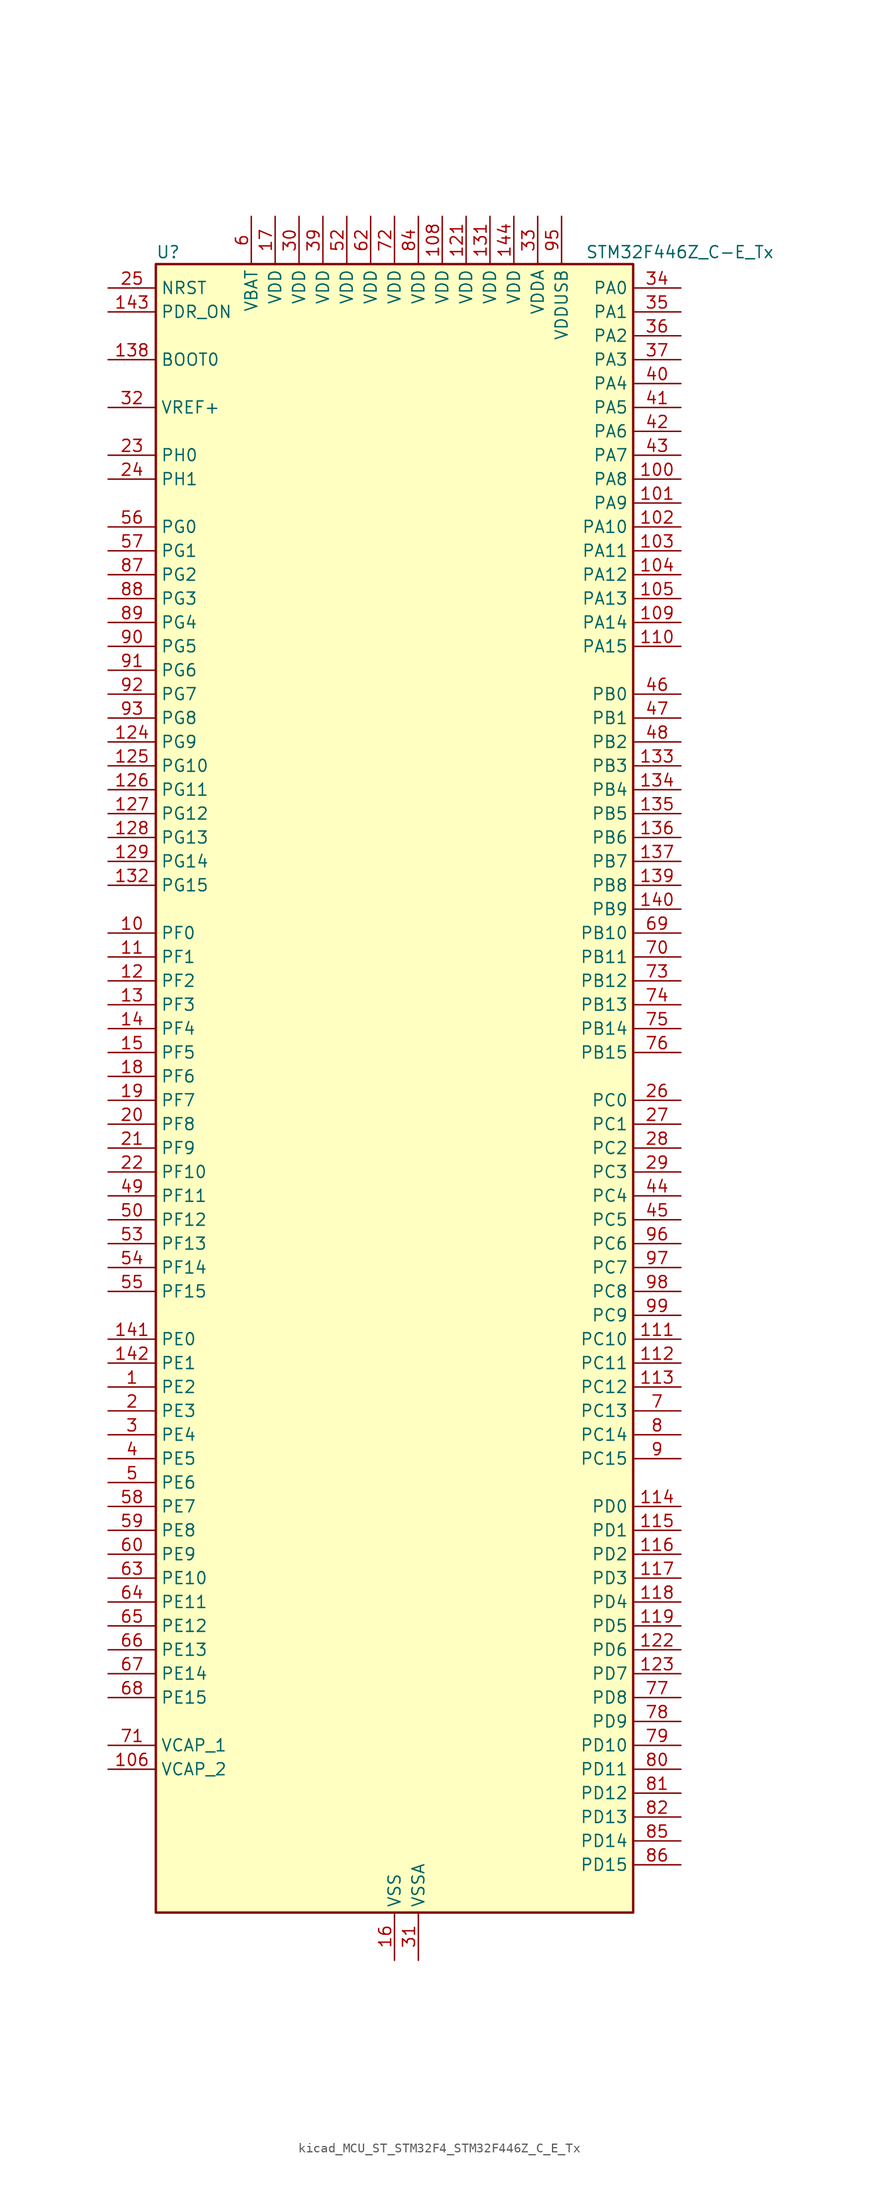
<source format=kicad_sym>
(kicad_symbol_lib
  (version 20220914)
  (generator kicad_symbol_editor)
  (symbol "kicad_MCU_ST_STM32F4_STM32F446Z_C_E_Tx"
    (property "Reference" "U"
      (at -25.4 90.17 0)
      (effects (font (size 1.27 1.27)) (justify left)))
    (property "Value" "STM32F446Z_C-E_Tx"
      (at 20.32 90.17 0)
      (effects (font (size 1.27 1.27)) (justify left)))
    (property "ki_locked" ""
      (at 0 0 0)
      (effects (font (size 1.27 1.27))))
    (symbol "kicad_MCU_ST_STM32F4_STM32F446Z_C_E_Tx_0_1"
      (rectangle (start -25.4 -86.36) (end 25.4 88.9) (stroke (width 0.254) (type default)) (fill (type background))))
    (symbol "kicad_MCU_ST_STM32F4_STM32F446Z_C_E_Tx_1_1"
      (pin bidirectional line (at -30.48 -30.48 0) (length 5.08) (name "PE2" (effects (font (size 1.27 1.27)))) (number "1" (effects (font (size 1.27 1.27)))) (alternate "FMC_A23" bidirectional line) (alternate "QUADSPI_BK1_IO2" bidirectional line) (alternate "SAI1_MCLK_A" bidirectional line) (alternate "SPI4_SCK" bidirectional line) (alternate "SYS_TRACECLK" bidirectional line))
      (pin bidirectional line (at -30.48 17.78 0) (length 5.08) (name "PF0" (effects (font (size 1.27 1.27)))) (number "10" (effects (font (size 1.27 1.27)))) (alternate "FMC_A0" bidirectional line) (alternate "I2C2_SDA" bidirectional line))
      (pin bidirectional line (at 30.48 66.04 180) (length 5.08) (name "PA8" (effects (font (size 1.27 1.27)))) (number "100" (effects (font (size 1.27 1.27)))) (alternate "I2C3_SCL" bidirectional line) (alternate "RCC_MCO_1" bidirectional line) (alternate "TIM1_CH1" bidirectional line) (alternate "USART1_CK" bidirectional line) (alternate "USB_OTG_FS_SOF" bidirectional line))
      (pin bidirectional line (at 30.48 63.5 180) (length 5.08) (name "PA9" (effects (font (size 1.27 1.27)))) (number "101" (effects (font (size 1.27 1.27)))) (alternate "DAC_EXTI9" bidirectional line) (alternate "DCMI_D0" bidirectional line) (alternate "I2C3_SMBA" bidirectional line) (alternate "I2S2_CK" bidirectional line) (alternate "SAI1_SD_B" bidirectional line) (alternate "SPI2_SCK" bidirectional line) (alternate "TIM1_CH2" bidirectional line) (alternate "USART1_TX" bidirectional line) (alternate "USB_OTG_FS_VBUS" bidirectional line))
      (pin bidirectional line (at 30.48 60.96 180) (length 5.08) (name "PA10" (effects (font (size 1.27 1.27)))) (number "102" (effects (font (size 1.27 1.27)))) (alternate "DCMI_D1" bidirectional line) (alternate "TIM1_CH3" bidirectional line) (alternate "USART1_RX" bidirectional line) (alternate "USB_OTG_FS_ID" bidirectional line))
      (pin bidirectional line (at 30.48 58.42 180) (length 5.08) (name "PA11" (effects (font (size 1.27 1.27)))) (number "103" (effects (font (size 1.27 1.27)))) (alternate "ADC1_EXTI11" bidirectional line) (alternate "ADC2_EXTI11" bidirectional line) (alternate "ADC3_EXTI11" bidirectional line) (alternate "CAN1_RX" bidirectional line) (alternate "TIM1_CH4" bidirectional line) (alternate "USART1_CTS" bidirectional line) (alternate "USB_OTG_FS_DM" bidirectional line))
      (pin bidirectional line (at 30.48 55.88 180) (length 5.08) (name "PA12" (effects (font (size 1.27 1.27)))) (number "104" (effects (font (size 1.27 1.27)))) (alternate "CAN1_TX" bidirectional line) (alternate "SAI2_FS_B" bidirectional line) (alternate "TIM1_ETR" bidirectional line) (alternate "USART1_RTS" bidirectional line) (alternate "USB_OTG_FS_DP" bidirectional line))
      (pin bidirectional line (at 30.48 53.34 180) (length 5.08) (name "PA13" (effects (font (size 1.27 1.27)))) (number "105" (effects (font (size 1.27 1.27)))) (alternate "SYS_JTMS-SWDIO" bidirectional line))
      (pin power_out line (at -30.48 -71.12 0) (length 5.08) (name "VCAP_2" (effects (font (size 1.27 1.27)))) (number "106" (effects (font (size 1.27 1.27)))))
      (pin passive line (at 0 -91.44 90) (length 5.08) hide (name "VSS" (effects (font (size 1.27 1.27)))) (number "107" (effects (font (size 1.27 1.27)))))
      (pin power_in line (at 5.08 93.98 270) (length 5.08) (name "VDD" (effects (font (size 1.27 1.27)))) (number "108" (effects (font (size 1.27 1.27)))))
      (pin bidirectional line (at 30.48 50.8 180) (length 5.08) (name "PA14" (effects (font (size 1.27 1.27)))) (number "109" (effects (font (size 1.27 1.27)))) (alternate "SYS_JTCK-SWCLK" bidirectional line))
      (pin bidirectional line (at -30.48 15.24 0) (length 5.08) (name "PF1" (effects (font (size 1.27 1.27)))) (number "11" (effects (font (size 1.27 1.27)))) (alternate "FMC_A1" bidirectional line) (alternate "I2C2_SCL" bidirectional line))
      (pin bidirectional line (at 30.48 48.26 180) (length 5.08) (name "PA15" (effects (font (size 1.27 1.27)))) (number "110" (effects (font (size 1.27 1.27)))) (alternate "ADC1_EXTI15" bidirectional line) (alternate "ADC2_EXTI15" bidirectional line) (alternate "ADC3_EXTI15" bidirectional line) (alternate "CEC" bidirectional line) (alternate "I2S1_WS" bidirectional line) (alternate "I2S3_WS" bidirectional line) (alternate "SPI1_NSS" bidirectional line) (alternate "SPI3_NSS" bidirectional line) (alternate "SYS_JTDI" bidirectional line) (alternate "TIM2_CH1" bidirectional line) (alternate "TIM2_ETR" bidirectional line) (alternate "UART4_RTS" bidirectional line))
      (pin bidirectional line (at 30.48 -25.4 180) (length 5.08) (name "PC10" (effects (font (size 1.27 1.27)))) (number "111" (effects (font (size 1.27 1.27)))) (alternate "DCMI_D8" bidirectional line) (alternate "I2S3_CK" bidirectional line) (alternate "QUADSPI_BK1_IO1" bidirectional line) (alternate "SDIO_D2" bidirectional line) (alternate "SPI3_SCK" bidirectional line) (alternate "UART4_TX" bidirectional line) (alternate "USART3_TX" bidirectional line))
      (pin bidirectional line (at 30.48 -27.94 180) (length 5.08) (name "PC11" (effects (font (size 1.27 1.27)))) (number "112" (effects (font (size 1.27 1.27)))) (alternate "ADC1_EXTI11" bidirectional line) (alternate "ADC2_EXTI11" bidirectional line) (alternate "ADC3_EXTI11" bidirectional line) (alternate "DCMI_D4" bidirectional line) (alternate "QUADSPI_BK2_NCS" bidirectional line) (alternate "SDIO_D3" bidirectional line) (alternate "SPI3_MISO" bidirectional line) (alternate "UART4_RX" bidirectional line) (alternate "USART3_RX" bidirectional line))
      (pin bidirectional line (at 30.48 -30.48 180) (length 5.08) (name "PC12" (effects (font (size 1.27 1.27)))) (number "113" (effects (font (size 1.27 1.27)))) (alternate "DCMI_D9" bidirectional line) (alternate "I2C2_SDA" bidirectional line) (alternate "I2S3_SD" bidirectional line) (alternate "SDIO_CK" bidirectional line) (alternate "SPI3_MOSI" bidirectional line) (alternate "UART5_TX" bidirectional line) (alternate "USART3_CK" bidirectional line))
      (pin bidirectional line (at 30.48 -43.18 180) (length 5.08) (name "PD0" (effects (font (size 1.27 1.27)))) (number "114" (effects (font (size 1.27 1.27)))) (alternate "CAN1_RX" bidirectional line) (alternate "FMC_D2" bidirectional line) (alternate "FMC_DA2" bidirectional line) (alternate "I2S3_SD" bidirectional line) (alternate "SPI3_MOSI" bidirectional line) (alternate "SPI4_MISO" bidirectional line))
      (pin bidirectional line (at 30.48 -45.72 180) (length 5.08) (name "PD1" (effects (font (size 1.27 1.27)))) (number "115" (effects (font (size 1.27 1.27)))) (alternate "CAN1_TX" bidirectional line) (alternate "FMC_D3" bidirectional line) (alternate "FMC_DA3" bidirectional line) (alternate "I2S2_WS" bidirectional line) (alternate "SPI2_NSS" bidirectional line))
      (pin bidirectional line (at 30.48 -48.26 180) (length 5.08) (name "PD2" (effects (font (size 1.27 1.27)))) (number "116" (effects (font (size 1.27 1.27)))) (alternate "DCMI_D11" bidirectional line) (alternate "SDIO_CMD" bidirectional line) (alternate "TIM3_ETR" bidirectional line) (alternate "UART5_RX" bidirectional line))
      (pin bidirectional line (at 30.48 -50.8 180) (length 5.08) (name "PD3" (effects (font (size 1.27 1.27)))) (number "117" (effects (font (size 1.27 1.27)))) (alternate "DCMI_D5" bidirectional line) (alternate "FMC_CLK" bidirectional line) (alternate "I2S2_CK" bidirectional line) (alternate "QUADSPI_CLK" bidirectional line) (alternate "SPI2_SCK" bidirectional line) (alternate "SYS_TRACED1" bidirectional line) (alternate "USART2_CTS" bidirectional line))
      (pin bidirectional line (at 30.48 -53.34 180) (length 5.08) (name "PD4" (effects (font (size 1.27 1.27)))) (number "118" (effects (font (size 1.27 1.27)))) (alternate "FMC_NOE" bidirectional line) (alternate "USART2_RTS" bidirectional line))
      (pin bidirectional line (at 30.48 -55.88 180) (length 5.08) (name "PD5" (effects (font (size 1.27 1.27)))) (number "119" (effects (font (size 1.27 1.27)))) (alternate "FMC_NWE" bidirectional line) (alternate "USART2_TX" bidirectional line))
      (pin bidirectional line (at -30.48 12.7 0) (length 5.08) (name "PF2" (effects (font (size 1.27 1.27)))) (number "12" (effects (font (size 1.27 1.27)))) (alternate "FMC_A2" bidirectional line) (alternate "I2C2_SMBA" bidirectional line))
      (pin passive line (at 0 -91.44 90) (length 5.08) hide (name "VSS" (effects (font (size 1.27 1.27)))) (number "120" (effects (font (size 1.27 1.27)))))
      (pin power_in line (at 7.62 93.98 270) (length 5.08) (name "VDD" (effects (font (size 1.27 1.27)))) (number "121" (effects (font (size 1.27 1.27)))))
      (pin bidirectional line (at 30.48 -58.42 180) (length 5.08) (name "PD6" (effects (font (size 1.27 1.27)))) (number "122" (effects (font (size 1.27 1.27)))) (alternate "DCMI_D10" bidirectional line) (alternate "FMC_NWAIT" bidirectional line) (alternate "I2S3_SD" bidirectional line) (alternate "SAI1_SD_A" bidirectional line) (alternate "SPI3_MOSI" bidirectional line) (alternate "USART2_RX" bidirectional line))
      (pin bidirectional line (at 30.48 -60.96 180) (length 5.08) (name "PD7" (effects (font (size 1.27 1.27)))) (number "123" (effects (font (size 1.27 1.27)))) (alternate "FMC_NE1" bidirectional line) (alternate "SPDIFRX_IN0" bidirectional line) (alternate "USART2_CK" bidirectional line))
      (pin bidirectional line (at -30.48 38.1 0) (length 5.08) (name "PG9" (effects (font (size 1.27 1.27)))) (number "124" (effects (font (size 1.27 1.27)))) (alternate "DAC_EXTI9" bidirectional line) (alternate "DCMI_VSYNC" bidirectional line) (alternate "FMC_NCE3" bidirectional line) (alternate "FMC_NE2" bidirectional line) (alternate "QUADSPI_BK2_IO2" bidirectional line) (alternate "SAI2_FS_B" bidirectional line) (alternate "SPDIFRX_IN3" bidirectional line) (alternate "USART6_RX" bidirectional line))
      (pin bidirectional line (at -30.48 35.56 0) (length 5.08) (name "PG10" (effects (font (size 1.27 1.27)))) (number "125" (effects (font (size 1.27 1.27)))) (alternate "DCMI_D2" bidirectional line) (alternate "FMC_NE3" bidirectional line) (alternate "SAI2_SD_B" bidirectional line))
      (pin bidirectional line (at -30.48 33.02 0) (length 5.08) (name "PG11" (effects (font (size 1.27 1.27)))) (number "126" (effects (font (size 1.27 1.27)))) (alternate "ADC1_EXTI11" bidirectional line) (alternate "ADC2_EXTI11" bidirectional line) (alternate "ADC3_EXTI11" bidirectional line) (alternate "DCMI_D3" bidirectional line) (alternate "SPDIFRX_IN0" bidirectional line) (alternate "SPI4_SCK" bidirectional line))
      (pin bidirectional line (at -30.48 30.48 0) (length 5.08) (name "PG12" (effects (font (size 1.27 1.27)))) (number "127" (effects (font (size 1.27 1.27)))) (alternate "FMC_NE4" bidirectional line) (alternate "SPDIFRX_IN1" bidirectional line) (alternate "SPI4_MISO" bidirectional line) (alternate "USART6_RTS" bidirectional line))
      (pin bidirectional line (at -30.48 27.94 0) (length 5.08) (name "PG13" (effects (font (size 1.27 1.27)))) (number "128" (effects (font (size 1.27 1.27)))) (alternate "FMC_A24" bidirectional line) (alternate "SPI4_MOSI" bidirectional line) (alternate "SYS_TRACED2" bidirectional line) (alternate "USART6_CTS" bidirectional line))
      (pin bidirectional line (at -30.48 25.4 0) (length 5.08) (name "PG14" (effects (font (size 1.27 1.27)))) (number "129" (effects (font (size 1.27 1.27)))) (alternate "FMC_A25" bidirectional line) (alternate "QUADSPI_BK2_IO3" bidirectional line) (alternate "SPI4_NSS" bidirectional line) (alternate "SYS_TRACED3" bidirectional line) (alternate "USART6_TX" bidirectional line))
      (pin bidirectional line (at -30.48 10.16 0) (length 5.08) (name "PF3" (effects (font (size 1.27 1.27)))) (number "13" (effects (font (size 1.27 1.27)))) (alternate "ADC3_IN9" bidirectional line) (alternate "FMC_A3" bidirectional line))
      (pin passive line (at 0 -91.44 90) (length 5.08) hide (name "VSS" (effects (font (size 1.27 1.27)))) (number "130" (effects (font (size 1.27 1.27)))))
      (pin power_in line (at 10.16 93.98 270) (length 5.08) (name "VDD" (effects (font (size 1.27 1.27)))) (number "131" (effects (font (size 1.27 1.27)))))
      (pin bidirectional line (at -30.48 22.86 0) (length 5.08) (name "PG15" (effects (font (size 1.27 1.27)))) (number "132" (effects (font (size 1.27 1.27)))) (alternate "ADC1_EXTI15" bidirectional line) (alternate "ADC2_EXTI15" bidirectional line) (alternate "ADC3_EXTI15" bidirectional line) (alternate "DCMI_D13" bidirectional line) (alternate "FMC_SDNCAS" bidirectional line) (alternate "USART6_CTS" bidirectional line))
      (pin bidirectional line (at 30.48 35.56 180) (length 5.08) (name "PB3" (effects (font (size 1.27 1.27)))) (number "133" (effects (font (size 1.27 1.27)))) (alternate "I2C2_SDA" bidirectional line) (alternate "I2S1_CK" bidirectional line) (alternate "I2S3_CK" bidirectional line) (alternate "SPI1_SCK" bidirectional line) (alternate "SPI3_SCK" bidirectional line) (alternate "SYS_JTDO-SWO" bidirectional line) (alternate "TIM2_CH2" bidirectional line))
      (pin bidirectional line (at 30.48 33.02 180) (length 5.08) (name "PB4" (effects (font (size 1.27 1.27)))) (number "134" (effects (font (size 1.27 1.27)))) (alternate "I2C3_SDA" bidirectional line) (alternate "I2S2_WS" bidirectional line) (alternate "SPI1_MISO" bidirectional line) (alternate "SPI2_NSS" bidirectional line) (alternate "SPI3_MISO" bidirectional line) (alternate "SYS_JTRST" bidirectional line) (alternate "TIM3_CH1" bidirectional line))
      (pin bidirectional line (at 30.48 30.48 180) (length 5.08) (name "PB5" (effects (font (size 1.27 1.27)))) (number "135" (effects (font (size 1.27 1.27)))) (alternate "CAN2_RX" bidirectional line) (alternate "DCMI_D10" bidirectional line) (alternate "FMC_SDCKE1" bidirectional line) (alternate "I2C1_SMBA" bidirectional line) (alternate "I2S1_SD" bidirectional line) (alternate "I2S3_SD" bidirectional line) (alternate "SPI1_MOSI" bidirectional line) (alternate "SPI3_MOSI" bidirectional line) (alternate "TIM3_CH2" bidirectional line) (alternate "USB_OTG_HS_ULPI_D7" bidirectional line))
      (pin bidirectional line (at 30.48 27.94 180) (length 5.08) (name "PB6" (effects (font (size 1.27 1.27)))) (number "136" (effects (font (size 1.27 1.27)))) (alternate "CAN2_TX" bidirectional line) (alternate "CEC" bidirectional line) (alternate "DCMI_D5" bidirectional line) (alternate "FMC_SDNE1" bidirectional line) (alternate "I2C1_SCL" bidirectional line) (alternate "QUADSPI_BK1_NCS" bidirectional line) (alternate "TIM4_CH1" bidirectional line) (alternate "USART1_TX" bidirectional line))
      (pin bidirectional line (at 30.48 25.4 180) (length 5.08) (name "PB7" (effects (font (size 1.27 1.27)))) (number "137" (effects (font (size 1.27 1.27)))) (alternate "DCMI_VSYNC" bidirectional line) (alternate "FMC_NL" bidirectional line) (alternate "I2C1_SDA" bidirectional line) (alternate "SPDIFRX_IN0" bidirectional line) (alternate "TIM4_CH2" bidirectional line) (alternate "USART1_RX" bidirectional line))
      (pin input line (at -30.48 78.74 0) (length 5.08) (name "BOOT0" (effects (font (size 1.27 1.27)))) (number "138" (effects (font (size 1.27 1.27)))))
      (pin bidirectional line (at 30.48 22.86 180) (length 5.08) (name "PB8" (effects (font (size 1.27 1.27)))) (number "139" (effects (font (size 1.27 1.27)))) (alternate "CAN1_RX" bidirectional line) (alternate "DCMI_D6" bidirectional line) (alternate "I2C1_SCL" bidirectional line) (alternate "SDIO_D4" bidirectional line) (alternate "TIM10_CH1" bidirectional line) (alternate "TIM2_CH1" bidirectional line) (alternate "TIM2_ETR" bidirectional line) (alternate "TIM4_CH3" bidirectional line))
      (pin bidirectional line (at -30.48 7.62 0) (length 5.08) (name "PF4" (effects (font (size 1.27 1.27)))) (number "14" (effects (font (size 1.27 1.27)))) (alternate "ADC3_IN14" bidirectional line) (alternate "FMC_A4" bidirectional line))
      (pin bidirectional line (at 30.48 20.32 180) (length 5.08) (name "PB9" (effects (font (size 1.27 1.27)))) (number "140" (effects (font (size 1.27 1.27)))) (alternate "CAN1_TX" bidirectional line) (alternate "DAC_EXTI9" bidirectional line) (alternate "DCMI_D7" bidirectional line) (alternate "I2C1_SDA" bidirectional line) (alternate "I2S2_WS" bidirectional line) (alternate "SAI1_FS_B" bidirectional line) (alternate "SDIO_D5" bidirectional line) (alternate "SPI2_NSS" bidirectional line) (alternate "TIM11_CH1" bidirectional line) (alternate "TIM2_CH2" bidirectional line) (alternate "TIM4_CH4" bidirectional line))
      (pin bidirectional line (at -30.48 -25.4 0) (length 5.08) (name "PE0" (effects (font (size 1.27 1.27)))) (number "141" (effects (font (size 1.27 1.27)))) (alternate "DCMI_D2" bidirectional line) (alternate "FMC_NBL0" bidirectional line) (alternate "SAI2_MCLK_A" bidirectional line) (alternate "TIM4_ETR" bidirectional line))
      (pin bidirectional line (at -30.48 -27.94 0) (length 5.08) (name "PE1" (effects (font (size 1.27 1.27)))) (number "142" (effects (font (size 1.27 1.27)))) (alternate "DCMI_D3" bidirectional line) (alternate "FMC_NBL1" bidirectional line))
      (pin input line (at -30.48 83.82 0) (length 5.08) (name "PDR_ON" (effects (font (size 1.27 1.27)))) (number "143" (effects (font (size 1.27 1.27)))))
      (pin power_in line (at 12.7 93.98 270) (length 5.08) (name "VDD" (effects (font (size 1.27 1.27)))) (number "144" (effects (font (size 1.27 1.27)))))
      (pin bidirectional line (at -30.48 5.08 0) (length 5.08) (name "PF5" (effects (font (size 1.27 1.27)))) (number "15" (effects (font (size 1.27 1.27)))) (alternate "ADC3_IN15" bidirectional line) (alternate "FMC_A5" bidirectional line))
      (pin power_in line (at 0 -91.44 90) (length 5.08) (name "VSS" (effects (font (size 1.27 1.27)))) (number "16" (effects (font (size 1.27 1.27)))))
      (pin power_in line (at -12.7 93.98 270) (length 5.08) (name "VDD" (effects (font (size 1.27 1.27)))) (number "17" (effects (font (size 1.27 1.27)))))
      (pin bidirectional line (at -30.48 2.54 0) (length 5.08) (name "PF6" (effects (font (size 1.27 1.27)))) (number "18" (effects (font (size 1.27 1.27)))) (alternate "ADC3_IN4" bidirectional line) (alternate "QUADSPI_BK1_IO3" bidirectional line) (alternate "SAI1_SD_B" bidirectional line) (alternate "TIM10_CH1" bidirectional line))
      (pin bidirectional line (at -30.48 0 0) (length 5.08) (name "PF7" (effects (font (size 1.27 1.27)))) (number "19" (effects (font (size 1.27 1.27)))) (alternate "ADC3_IN5" bidirectional line) (alternate "QUADSPI_BK1_IO2" bidirectional line) (alternate "SAI1_MCLK_B" bidirectional line) (alternate "TIM11_CH1" bidirectional line))
      (pin bidirectional line (at -30.48 -33.02 0) (length 5.08) (name "PE3" (effects (font (size 1.27 1.27)))) (number "2" (effects (font (size 1.27 1.27)))) (alternate "FMC_A19" bidirectional line) (alternate "SAI1_SD_B" bidirectional line) (alternate "SYS_TRACED0" bidirectional line))
      (pin bidirectional line (at -30.48 -2.54 0) (length 5.08) (name "PF8" (effects (font (size 1.27 1.27)))) (number "20" (effects (font (size 1.27 1.27)))) (alternate "ADC3_IN6" bidirectional line) (alternate "QUADSPI_BK1_IO0" bidirectional line) (alternate "SAI1_SCK_B" bidirectional line) (alternate "TIM13_CH1" bidirectional line))
      (pin bidirectional line (at -30.48 -5.08 0) (length 5.08) (name "PF9" (effects (font (size 1.27 1.27)))) (number "21" (effects (font (size 1.27 1.27)))) (alternate "ADC3_IN7" bidirectional line) (alternate "DAC_EXTI9" bidirectional line) (alternate "QUADSPI_BK1_IO1" bidirectional line) (alternate "SAI1_FS_B" bidirectional line) (alternate "TIM14_CH1" bidirectional line))
      (pin bidirectional line (at -30.48 -7.62 0) (length 5.08) (name "PF10" (effects (font (size 1.27 1.27)))) (number "22" (effects (font (size 1.27 1.27)))) (alternate "ADC3_IN8" bidirectional line) (alternate "DCMI_D11" bidirectional line))
      (pin bidirectional line (at -30.48 68.58 0) (length 5.08) (name "PH0" (effects (font (size 1.27 1.27)))) (number "23" (effects (font (size 1.27 1.27)))) (alternate "RCC_OSC_IN" bidirectional line))
      (pin bidirectional line (at -30.48 66.04 0) (length 5.08) (name "PH1" (effects (font (size 1.27 1.27)))) (number "24" (effects (font (size 1.27 1.27)))) (alternate "RCC_OSC_OUT" bidirectional line))
      (pin input line (at -30.48 86.36 0) (length 5.08) (name "NRST" (effects (font (size 1.27 1.27)))) (number "25" (effects (font (size 1.27 1.27)))))
      (pin bidirectional line (at 30.48 0 180) (length 5.08) (name "PC0" (effects (font (size 1.27 1.27)))) (number "26" (effects (font (size 1.27 1.27)))) (alternate "ADC1_IN10" bidirectional line) (alternate "ADC2_IN10" bidirectional line) (alternate "ADC3_IN10" bidirectional line) (alternate "FMC_SDNWE" bidirectional line) (alternate "SAI1_MCLK_B" bidirectional line) (alternate "USB_OTG_HS_ULPI_STP" bidirectional line))
      (pin bidirectional line (at 30.48 -2.54 180) (length 5.08) (name "PC1" (effects (font (size 1.27 1.27)))) (number "27" (effects (font (size 1.27 1.27)))) (alternate "ADC1_IN11" bidirectional line) (alternate "ADC2_IN11" bidirectional line) (alternate "ADC3_IN11" bidirectional line) (alternate "I2S2_SD" bidirectional line) (alternate "I2S3_SD" bidirectional line) (alternate "SAI1_SD_A" bidirectional line) (alternate "SPI2_MOSI" bidirectional line) (alternate "SPI3_MOSI" bidirectional line))
      (pin bidirectional line (at 30.48 -5.08 180) (length 5.08) (name "PC2" (effects (font (size 1.27 1.27)))) (number "28" (effects (font (size 1.27 1.27)))) (alternate "ADC1_IN12" bidirectional line) (alternate "ADC2_IN12" bidirectional line) (alternate "ADC3_IN12" bidirectional line) (alternate "FMC_SDNE0" bidirectional line) (alternate "SPI2_MISO" bidirectional line) (alternate "USB_OTG_HS_ULPI_DIR" bidirectional line))
      (pin bidirectional line (at 30.48 -7.62 180) (length 5.08) (name "PC3" (effects (font (size 1.27 1.27)))) (number "29" (effects (font (size 1.27 1.27)))) (alternate "ADC1_IN13" bidirectional line) (alternate "ADC2_IN13" bidirectional line) (alternate "ADC3_IN13" bidirectional line) (alternate "FMC_SDCKE0" bidirectional line) (alternate "I2S2_SD" bidirectional line) (alternate "SPI2_MOSI" bidirectional line) (alternate "USB_OTG_HS_ULPI_NXT" bidirectional line))
      (pin bidirectional line (at -30.48 -35.56 0) (length 5.08) (name "PE4" (effects (font (size 1.27 1.27)))) (number "3" (effects (font (size 1.27 1.27)))) (alternate "DCMI_D4" bidirectional line) (alternate "FMC_A20" bidirectional line) (alternate "SAI1_FS_A" bidirectional line) (alternate "SPI4_NSS" bidirectional line) (alternate "SYS_TRACED1" bidirectional line))
      (pin power_in line (at -10.16 93.98 270) (length 5.08) (name "VDD" (effects (font (size 1.27 1.27)))) (number "30" (effects (font (size 1.27 1.27)))))
      (pin power_in line (at 2.54 -91.44 90) (length 5.08) (name "VSSA" (effects (font (size 1.27 1.27)))) (number "31" (effects (font (size 1.27 1.27)))))
      (pin input line (at -30.48 73.66 0) (length 5.08) (name "VREF+" (effects (font (size 1.27 1.27)))) (number "32" (effects (font (size 1.27 1.27)))))
      (pin power_in line (at 15.24 93.98 270) (length 5.08) (name "VDDA" (effects (font (size 1.27 1.27)))) (number "33" (effects (font (size 1.27 1.27)))))
      (pin bidirectional line (at 30.48 86.36 180) (length 5.08) (name "PA0" (effects (font (size 1.27 1.27)))) (number "34" (effects (font (size 1.27 1.27)))) (alternate "ADC1_IN0" bidirectional line) (alternate "ADC2_IN0" bidirectional line) (alternate "ADC3_IN0" bidirectional line) (alternate "RTC_AF2" bidirectional line) (alternate "SYS_WKUP0" bidirectional line) (alternate "TIM2_CH1" bidirectional line) (alternate "TIM2_ETR" bidirectional line) (alternate "TIM5_CH1" bidirectional line) (alternate "TIM8_ETR" bidirectional line) (alternate "UART4_TX" bidirectional line) (alternate "USART2_CTS" bidirectional line))
      (pin bidirectional line (at 30.48 83.82 180) (length 5.08) (name "PA1" (effects (font (size 1.27 1.27)))) (number "35" (effects (font (size 1.27 1.27)))) (alternate "ADC1_IN1" bidirectional line) (alternate "ADC2_IN1" bidirectional line) (alternate "ADC3_IN1" bidirectional line) (alternate "QUADSPI_BK1_IO3" bidirectional line) (alternate "SAI2_MCLK_B" bidirectional line) (alternate "TIM2_CH2" bidirectional line) (alternate "TIM5_CH2" bidirectional line) (alternate "UART4_RX" bidirectional line) (alternate "USART2_RTS" bidirectional line))
      (pin bidirectional line (at 30.48 81.28 180) (length 5.08) (name "PA2" (effects (font (size 1.27 1.27)))) (number "36" (effects (font (size 1.27 1.27)))) (alternate "ADC1_IN2" bidirectional line) (alternate "ADC2_IN2" bidirectional line) (alternate "ADC3_IN2" bidirectional line) (alternate "SAI2_SCK_B" bidirectional line) (alternate "TIM2_CH3" bidirectional line) (alternate "TIM5_CH3" bidirectional line) (alternate "TIM9_CH1" bidirectional line) (alternate "USART2_TX" bidirectional line))
      (pin bidirectional line (at 30.48 78.74 180) (length 5.08) (name "PA3" (effects (font (size 1.27 1.27)))) (number "37" (effects (font (size 1.27 1.27)))) (alternate "ADC1_IN3" bidirectional line) (alternate "ADC2_IN3" bidirectional line) (alternate "ADC3_IN3" bidirectional line) (alternate "SAI1_FS_A" bidirectional line) (alternate "TIM2_CH4" bidirectional line) (alternate "TIM5_CH4" bidirectional line) (alternate "TIM9_CH2" bidirectional line) (alternate "USART2_RX" bidirectional line) (alternate "USB_OTG_HS_ULPI_D0" bidirectional line))
      (pin passive line (at 0 -91.44 90) (length 5.08) hide (name "VSS" (effects (font (size 1.27 1.27)))) (number "38" (effects (font (size 1.27 1.27)))))
      (pin power_in line (at -7.62 93.98 270) (length 5.08) (name "VDD" (effects (font (size 1.27 1.27)))) (number "39" (effects (font (size 1.27 1.27)))))
      (pin bidirectional line (at -30.48 -38.1 0) (length 5.08) (name "PE5" (effects (font (size 1.27 1.27)))) (number "4" (effects (font (size 1.27 1.27)))) (alternate "DCMI_D6" bidirectional line) (alternate "FMC_A21" bidirectional line) (alternate "SAI1_SCK_A" bidirectional line) (alternate "SPI4_MISO" bidirectional line) (alternate "SYS_TRACED2" bidirectional line) (alternate "TIM9_CH1" bidirectional line))
      (pin bidirectional line (at 30.48 76.2 180) (length 5.08) (name "PA4" (effects (font (size 1.27 1.27)))) (number "40" (effects (font (size 1.27 1.27)))) (alternate "ADC1_IN4" bidirectional line) (alternate "ADC2_IN4" bidirectional line) (alternate "DAC_OUT1" bidirectional line) (alternate "DCMI_HSYNC" bidirectional line) (alternate "I2S1_WS" bidirectional line) (alternate "I2S3_WS" bidirectional line) (alternate "SPI1_NSS" bidirectional line) (alternate "SPI3_NSS" bidirectional line) (alternate "USART2_CK" bidirectional line) (alternate "USB_OTG_HS_SOF" bidirectional line))
      (pin bidirectional line (at 30.48 73.66 180) (length 5.08) (name "PA5" (effects (font (size 1.27 1.27)))) (number "41" (effects (font (size 1.27 1.27)))) (alternate "ADC1_IN5" bidirectional line) (alternate "ADC2_IN5" bidirectional line) (alternate "DAC_OUT2" bidirectional line) (alternate "I2S1_CK" bidirectional line) (alternate "SPI1_SCK" bidirectional line) (alternate "TIM2_CH1" bidirectional line) (alternate "TIM2_ETR" bidirectional line) (alternate "TIM8_CH1N" bidirectional line) (alternate "USB_OTG_HS_ULPI_CK" bidirectional line))
      (pin bidirectional line (at 30.48 71.12 180) (length 5.08) (name "PA6" (effects (font (size 1.27 1.27)))) (number "42" (effects (font (size 1.27 1.27)))) (alternate "ADC1_IN6" bidirectional line) (alternate "ADC2_IN6" bidirectional line) (alternate "DCMI_PIXCLK" bidirectional line) (alternate "I2S2_MCK" bidirectional line) (alternate "SPI1_MISO" bidirectional line) (alternate "TIM13_CH1" bidirectional line) (alternate "TIM1_BKIN" bidirectional line) (alternate "TIM3_CH1" bidirectional line) (alternate "TIM8_BKIN" bidirectional line))
      (pin bidirectional line (at 30.48 68.58 180) (length 5.08) (name "PA7" (effects (font (size 1.27 1.27)))) (number "43" (effects (font (size 1.27 1.27)))) (alternate "ADC1_IN7" bidirectional line) (alternate "ADC2_IN7" bidirectional line) (alternate "FMC_SDNWE" bidirectional line) (alternate "I2S1_SD" bidirectional line) (alternate "SPI1_MOSI" bidirectional line) (alternate "TIM14_CH1" bidirectional line) (alternate "TIM1_CH1N" bidirectional line) (alternate "TIM3_CH2" bidirectional line) (alternate "TIM8_CH1N" bidirectional line))
      (pin bidirectional line (at 30.48 -10.16 180) (length 5.08) (name "PC4" (effects (font (size 1.27 1.27)))) (number "44" (effects (font (size 1.27 1.27)))) (alternate "ADC1_IN14" bidirectional line) (alternate "ADC2_IN14" bidirectional line) (alternate "FMC_SDNE0" bidirectional line) (alternate "I2S1_MCK" bidirectional line) (alternate "SPDIFRX_IN2" bidirectional line))
      (pin bidirectional line (at 30.48 -12.7 180) (length 5.08) (name "PC5" (effects (font (size 1.27 1.27)))) (number "45" (effects (font (size 1.27 1.27)))) (alternate "ADC1_IN15" bidirectional line) (alternate "ADC2_IN15" bidirectional line) (alternate "FMC_SDCKE0" bidirectional line) (alternate "SPDIFRX_IN3" bidirectional line) (alternate "USART3_RX" bidirectional line))
      (pin bidirectional line (at 30.48 43.18 180) (length 5.08) (name "PB0" (effects (font (size 1.27 1.27)))) (number "46" (effects (font (size 1.27 1.27)))) (alternate "ADC1_IN8" bidirectional line) (alternate "ADC2_IN8" bidirectional line) (alternate "I2S3_SD" bidirectional line) (alternate "SDIO_D1" bidirectional line) (alternate "SPI3_MOSI" bidirectional line) (alternate "TIM1_CH2N" bidirectional line) (alternate "TIM3_CH3" bidirectional line) (alternate "TIM8_CH2N" bidirectional line) (alternate "UART4_CTS" bidirectional line) (alternate "USB_OTG_HS_ULPI_D1" bidirectional line))
      (pin bidirectional line (at 30.48 40.64 180) (length 5.08) (name "PB1" (effects (font (size 1.27 1.27)))) (number "47" (effects (font (size 1.27 1.27)))) (alternate "ADC1_IN9" bidirectional line) (alternate "ADC2_IN9" bidirectional line) (alternate "SDIO_D2" bidirectional line) (alternate "TIM1_CH3N" bidirectional line) (alternate "TIM3_CH4" bidirectional line) (alternate "TIM8_CH3N" bidirectional line) (alternate "USB_OTG_HS_ULPI_D2" bidirectional line))
      (pin bidirectional line (at 30.48 38.1 180) (length 5.08) (name "PB2" (effects (font (size 1.27 1.27)))) (number "48" (effects (font (size 1.27 1.27)))) (alternate "I2S3_SD" bidirectional line) (alternate "QUADSPI_CLK" bidirectional line) (alternate "SAI1_SD_A" bidirectional line) (alternate "SDIO_CK" bidirectional line) (alternate "SPI3_MOSI" bidirectional line) (alternate "TIM2_CH4" bidirectional line) (alternate "USB_OTG_HS_ULPI_D4" bidirectional line))
      (pin bidirectional line (at -30.48 -10.16 0) (length 5.08) (name "PF11" (effects (font (size 1.27 1.27)))) (number "49" (effects (font (size 1.27 1.27)))) (alternate "ADC1_EXTI11" bidirectional line) (alternate "ADC2_EXTI11" bidirectional line) (alternate "ADC3_EXTI11" bidirectional line) (alternate "DCMI_D12" bidirectional line) (alternate "FMC_SDNRAS" bidirectional line) (alternate "SAI2_SD_B" bidirectional line))
      (pin bidirectional line (at -30.48 -40.64 0) (length 5.08) (name "PE6" (effects (font (size 1.27 1.27)))) (number "5" (effects (font (size 1.27 1.27)))) (alternate "DCMI_D7" bidirectional line) (alternate "FMC_A22" bidirectional line) (alternate "SAI1_SD_A" bidirectional line) (alternate "SPI4_MOSI" bidirectional line) (alternate "SYS_TRACED3" bidirectional line) (alternate "TIM9_CH2" bidirectional line))
      (pin bidirectional line (at -30.48 -12.7 0) (length 5.08) (name "PF12" (effects (font (size 1.27 1.27)))) (number "50" (effects (font (size 1.27 1.27)))) (alternate "FMC_A6" bidirectional line))
      (pin passive line (at 0 -91.44 90) (length 5.08) hide (name "VSS" (effects (font (size 1.27 1.27)))) (number "51" (effects (font (size 1.27 1.27)))))
      (pin power_in line (at -5.08 93.98 270) (length 5.08) (name "VDD" (effects (font (size 1.27 1.27)))) (number "52" (effects (font (size 1.27 1.27)))))
      (pin bidirectional line (at -30.48 -15.24 0) (length 5.08) (name "PF13" (effects (font (size 1.27 1.27)))) (number "53" (effects (font (size 1.27 1.27)))) (alternate "FMC_A7" bidirectional line) (alternate "FMPI2C1_SMBA" bidirectional line))
      (pin bidirectional line (at -30.48 -17.78 0) (length 5.08) (name "PF14" (effects (font (size 1.27 1.27)))) (number "54" (effects (font (size 1.27 1.27)))) (alternate "FMC_A8" bidirectional line) (alternate "FMPI2C1_SCL" bidirectional line))
      (pin bidirectional line (at -30.48 -20.32 0) (length 5.08) (name "PF15" (effects (font (size 1.27 1.27)))) (number "55" (effects (font (size 1.27 1.27)))) (alternate "ADC1_EXTI15" bidirectional line) (alternate "ADC2_EXTI15" bidirectional line) (alternate "ADC3_EXTI15" bidirectional line) (alternate "FMC_A9" bidirectional line) (alternate "FMPI2C1_SDA" bidirectional line))
      (pin bidirectional line (at -30.48 60.96 0) (length 5.08) (name "PG0" (effects (font (size 1.27 1.27)))) (number "56" (effects (font (size 1.27 1.27)))) (alternate "FMC_A10" bidirectional line))
      (pin bidirectional line (at -30.48 58.42 0) (length 5.08) (name "PG1" (effects (font (size 1.27 1.27)))) (number "57" (effects (font (size 1.27 1.27)))) (alternate "FMC_A11" bidirectional line))
      (pin bidirectional line (at -30.48 -43.18 0) (length 5.08) (name "PE7" (effects (font (size 1.27 1.27)))) (number "58" (effects (font (size 1.27 1.27)))) (alternate "FMC_D4" bidirectional line) (alternate "FMC_DA4" bidirectional line) (alternate "QUADSPI_BK2_IO0" bidirectional line) (alternate "TIM1_ETR" bidirectional line) (alternate "UART5_RX" bidirectional line))
      (pin bidirectional line (at -30.48 -45.72 0) (length 5.08) (name "PE8" (effects (font (size 1.27 1.27)))) (number "59" (effects (font (size 1.27 1.27)))) (alternate "FMC_D5" bidirectional line) (alternate "FMC_DA5" bidirectional line) (alternate "QUADSPI_BK2_IO1" bidirectional line) (alternate "TIM1_CH1N" bidirectional line) (alternate "UART5_TX" bidirectional line))
      (pin power_in line (at -15.24 93.98 270) (length 5.08) (name "VBAT" (effects (font (size 1.27 1.27)))) (number "6" (effects (font (size 1.27 1.27)))))
      (pin bidirectional line (at -30.48 -48.26 0) (length 5.08) (name "PE9" (effects (font (size 1.27 1.27)))) (number "60" (effects (font (size 1.27 1.27)))) (alternate "DAC_EXTI9" bidirectional line) (alternate "FMC_D6" bidirectional line) (alternate "FMC_DA6" bidirectional line) (alternate "QUADSPI_BK2_IO2" bidirectional line) (alternate "TIM1_CH1" bidirectional line))
      (pin passive line (at 0 -91.44 90) (length 5.08) hide (name "VSS" (effects (font (size 1.27 1.27)))) (number "61" (effects (font (size 1.27 1.27)))))
      (pin power_in line (at -2.54 93.98 270) (length 5.08) (name "VDD" (effects (font (size 1.27 1.27)))) (number "62" (effects (font (size 1.27 1.27)))))
      (pin bidirectional line (at -30.48 -50.8 0) (length 5.08) (name "PE10" (effects (font (size 1.27 1.27)))) (number "63" (effects (font (size 1.27 1.27)))) (alternate "FMC_D7" bidirectional line) (alternate "FMC_DA7" bidirectional line) (alternate "QUADSPI_BK2_IO3" bidirectional line) (alternate "TIM1_CH2N" bidirectional line))
      (pin bidirectional line (at -30.48 -53.34 0) (length 5.08) (name "PE11" (effects (font (size 1.27 1.27)))) (number "64" (effects (font (size 1.27 1.27)))) (alternate "ADC1_EXTI11" bidirectional line) (alternate "ADC2_EXTI11" bidirectional line) (alternate "ADC3_EXTI11" bidirectional line) (alternate "FMC_D8" bidirectional line) (alternate "FMC_DA8" bidirectional line) (alternate "SAI2_SD_B" bidirectional line) (alternate "SPI4_NSS" bidirectional line) (alternate "TIM1_CH2" bidirectional line))
      (pin bidirectional line (at -30.48 -55.88 0) (length 5.08) (name "PE12" (effects (font (size 1.27 1.27)))) (number "65" (effects (font (size 1.27 1.27)))) (alternate "FMC_D9" bidirectional line) (alternate "FMC_DA9" bidirectional line) (alternate "SAI2_SCK_B" bidirectional line) (alternate "SPI4_SCK" bidirectional line) (alternate "TIM1_CH3N" bidirectional line))
      (pin bidirectional line (at -30.48 -58.42 0) (length 5.08) (name "PE13" (effects (font (size 1.27 1.27)))) (number "66" (effects (font (size 1.27 1.27)))) (alternate "FMC_D10" bidirectional line) (alternate "FMC_DA10" bidirectional line) (alternate "SAI2_FS_B" bidirectional line) (alternate "SPI4_MISO" bidirectional line) (alternate "TIM1_CH3" bidirectional line))
      (pin bidirectional line (at -30.48 -60.96 0) (length 5.08) (name "PE14" (effects (font (size 1.27 1.27)))) (number "67" (effects (font (size 1.27 1.27)))) (alternate "FMC_D11" bidirectional line) (alternate "FMC_DA11" bidirectional line) (alternate "SAI2_MCLK_B" bidirectional line) (alternate "SPI4_MOSI" bidirectional line) (alternate "TIM1_CH4" bidirectional line))
      (pin bidirectional line (at -30.48 -63.5 0) (length 5.08) (name "PE15" (effects (font (size 1.27 1.27)))) (number "68" (effects (font (size 1.27 1.27)))) (alternate "ADC1_EXTI15" bidirectional line) (alternate "ADC2_EXTI15" bidirectional line) (alternate "ADC3_EXTI15" bidirectional line) (alternate "FMC_D12" bidirectional line) (alternate "FMC_DA12" bidirectional line) (alternate "TIM1_BKIN" bidirectional line))
      (pin bidirectional line (at 30.48 17.78 180) (length 5.08) (name "PB10" (effects (font (size 1.27 1.27)))) (number "69" (effects (font (size 1.27 1.27)))) (alternate "I2C2_SCL" bidirectional line) (alternate "I2S2_CK" bidirectional line) (alternate "SAI1_SCK_A" bidirectional line) (alternate "SPI2_SCK" bidirectional line) (alternate "TIM2_CH3" bidirectional line) (alternate "USART3_TX" bidirectional line) (alternate "USB_OTG_HS_ULPI_D3" bidirectional line))
      (pin bidirectional line (at 30.48 -33.02 180) (length 5.08) (name "PC13" (effects (font (size 1.27 1.27)))) (number "7" (effects (font (size 1.27 1.27)))) (alternate "RTC_AF1" bidirectional line) (alternate "SYS_WKUP1" bidirectional line))
      (pin bidirectional line (at 30.48 15.24 180) (length 5.08) (name "PB11" (effects (font (size 1.27 1.27)))) (number "70" (effects (font (size 1.27 1.27)))) (alternate "ADC1_EXTI11" bidirectional line) (alternate "ADC2_EXTI11" bidirectional line) (alternate "ADC3_EXTI11" bidirectional line) (alternate "I2C2_SDA" bidirectional line) (alternate "SAI2_SD_A" bidirectional line) (alternate "TIM2_CH4" bidirectional line) (alternate "USART3_RX" bidirectional line))
      (pin power_out line (at -30.48 -68.58 0) (length 5.08) (name "VCAP_1" (effects (font (size 1.27 1.27)))) (number "71" (effects (font (size 1.27 1.27)))))
      (pin power_in line (at 0 93.98 270) (length 5.08) (name "VDD" (effects (font (size 1.27 1.27)))) (number "72" (effects (font (size 1.27 1.27)))))
      (pin bidirectional line (at 30.48 12.7 180) (length 5.08) (name "PB12" (effects (font (size 1.27 1.27)))) (number "73" (effects (font (size 1.27 1.27)))) (alternate "CAN2_RX" bidirectional line) (alternate "I2C2_SMBA" bidirectional line) (alternate "I2S2_WS" bidirectional line) (alternate "SAI1_SCK_B" bidirectional line) (alternate "SPI2_NSS" bidirectional line) (alternate "TIM1_BKIN" bidirectional line) (alternate "USART3_CK" bidirectional line) (alternate "USB_OTG_HS_ID" bidirectional line) (alternate "USB_OTG_HS_ULPI_D5" bidirectional line))
      (pin bidirectional line (at 30.48 10.16 180) (length 5.08) (name "PB13" (effects (font (size 1.27 1.27)))) (number "74" (effects (font (size 1.27 1.27)))) (alternate "CAN2_TX" bidirectional line) (alternate "I2S2_CK" bidirectional line) (alternate "SPI2_SCK" bidirectional line) (alternate "TIM1_CH1N" bidirectional line) (alternate "USART3_CTS" bidirectional line) (alternate "USB_OTG_HS_ULPI_D6" bidirectional line) (alternate "USB_OTG_HS_VBUS" bidirectional line))
      (pin bidirectional line (at 30.48 7.62 180) (length 5.08) (name "PB14" (effects (font (size 1.27 1.27)))) (number "75" (effects (font (size 1.27 1.27)))) (alternate "SPI2_MISO" bidirectional line) (alternate "TIM12_CH1" bidirectional line) (alternate "TIM1_CH2N" bidirectional line) (alternate "TIM8_CH2N" bidirectional line) (alternate "USART3_RTS" bidirectional line) (alternate "USB_OTG_HS_DM" bidirectional line))
      (pin bidirectional line (at 30.48 5.08 180) (length 5.08) (name "PB15" (effects (font (size 1.27 1.27)))) (number "76" (effects (font (size 1.27 1.27)))) (alternate "ADC1_EXTI15" bidirectional line) (alternate "ADC2_EXTI15" bidirectional line) (alternate "ADC3_EXTI15" bidirectional line) (alternate "I2S2_SD" bidirectional line) (alternate "RTC_REFIN" bidirectional line) (alternate "SPI2_MOSI" bidirectional line) (alternate "TIM12_CH2" bidirectional line) (alternate "TIM1_CH3N" bidirectional line) (alternate "TIM8_CH3N" bidirectional line) (alternate "USB_OTG_HS_DP" bidirectional line))
      (pin bidirectional line (at 30.48 -63.5 180) (length 5.08) (name "PD8" (effects (font (size 1.27 1.27)))) (number "77" (effects (font (size 1.27 1.27)))) (alternate "FMC_D13" bidirectional line) (alternate "FMC_DA13" bidirectional line) (alternate "SPDIFRX_IN1" bidirectional line) (alternate "USART3_TX" bidirectional line))
      (pin bidirectional line (at 30.48 -66.04 180) (length 5.08) (name "PD9" (effects (font (size 1.27 1.27)))) (number "78" (effects (font (size 1.27 1.27)))) (alternate "DAC_EXTI9" bidirectional line) (alternate "FMC_D14" bidirectional line) (alternate "FMC_DA14" bidirectional line) (alternate "USART3_RX" bidirectional line))
      (pin bidirectional line (at 30.48 -68.58 180) (length 5.08) (name "PD10" (effects (font (size 1.27 1.27)))) (number "79" (effects (font (size 1.27 1.27)))) (alternate "FMC_D15" bidirectional line) (alternate "FMC_DA15" bidirectional line) (alternate "USART3_CK" bidirectional line))
      (pin bidirectional line (at 30.48 -35.56 180) (length 5.08) (name "PC14" (effects (font (size 1.27 1.27)))) (number "8" (effects (font (size 1.27 1.27)))) (alternate "RCC_OSC32_IN" bidirectional line))
      (pin bidirectional line (at 30.48 -71.12 180) (length 5.08) (name "PD11" (effects (font (size 1.27 1.27)))) (number "80" (effects (font (size 1.27 1.27)))) (alternate "ADC1_EXTI11" bidirectional line) (alternate "ADC2_EXTI11" bidirectional line) (alternate "ADC3_EXTI11" bidirectional line) (alternate "FMC_A16" bidirectional line) (alternate "FMC_CLE" bidirectional line) (alternate "FMPI2C1_SMBA" bidirectional line) (alternate "QUADSPI_BK1_IO0" bidirectional line) (alternate "SAI2_SD_A" bidirectional line) (alternate "USART3_CTS" bidirectional line))
      (pin bidirectional line (at 30.48 -73.66 180) (length 5.08) (name "PD12" (effects (font (size 1.27 1.27)))) (number "81" (effects (font (size 1.27 1.27)))) (alternate "FMC_A17" bidirectional line) (alternate "FMC_ALE" bidirectional line) (alternate "FMPI2C1_SCL" bidirectional line) (alternate "QUADSPI_BK1_IO1" bidirectional line) (alternate "SAI2_FS_A" bidirectional line) (alternate "TIM4_CH1" bidirectional line) (alternate "USART3_RTS" bidirectional line))
      (pin bidirectional line (at 30.48 -76.2 180) (length 5.08) (name "PD13" (effects (font (size 1.27 1.27)))) (number "82" (effects (font (size 1.27 1.27)))) (alternate "FMC_A18" bidirectional line) (alternate "FMPI2C1_SDA" bidirectional line) (alternate "QUADSPI_BK1_IO3" bidirectional line) (alternate "SAI2_SCK_A" bidirectional line) (alternate "TIM4_CH2" bidirectional line))
      (pin passive line (at 0 -91.44 90) (length 5.08) hide (name "VSS" (effects (font (size 1.27 1.27)))) (number "83" (effects (font (size 1.27 1.27)))))
      (pin power_in line (at 2.54 93.98 270) (length 5.08) (name "VDD" (effects (font (size 1.27 1.27)))) (number "84" (effects (font (size 1.27 1.27)))))
      (pin bidirectional line (at 30.48 -78.74 180) (length 5.08) (name "PD14" (effects (font (size 1.27 1.27)))) (number "85" (effects (font (size 1.27 1.27)))) (alternate "FMC_D0" bidirectional line) (alternate "FMC_DA0" bidirectional line) (alternate "FMPI2C1_SCL" bidirectional line) (alternate "SAI2_SCK_A" bidirectional line) (alternate "TIM4_CH3" bidirectional line))
      (pin bidirectional line (at 30.48 -81.28 180) (length 5.08) (name "PD15" (effects (font (size 1.27 1.27)))) (number "86" (effects (font (size 1.27 1.27)))) (alternate "ADC1_EXTI15" bidirectional line) (alternate "ADC2_EXTI15" bidirectional line) (alternate "ADC3_EXTI15" bidirectional line) (alternate "FMC_D1" bidirectional line) (alternate "FMC_DA1" bidirectional line) (alternate "FMPI2C1_SDA" bidirectional line) (alternate "TIM4_CH4" bidirectional line))
      (pin bidirectional line (at -30.48 55.88 0) (length 5.08) (name "PG2" (effects (font (size 1.27 1.27)))) (number "87" (effects (font (size 1.27 1.27)))) (alternate "FMC_A12" bidirectional line))
      (pin bidirectional line (at -30.48 53.34 0) (length 5.08) (name "PG3" (effects (font (size 1.27 1.27)))) (number "88" (effects (font (size 1.27 1.27)))) (alternate "FMC_A13" bidirectional line))
      (pin bidirectional line (at -30.48 50.8 0) (length 5.08) (name "PG4" (effects (font (size 1.27 1.27)))) (number "89" (effects (font (size 1.27 1.27)))) (alternate "FMC_A14" bidirectional line) (alternate "FMC_BA0" bidirectional line))
      (pin bidirectional line (at 30.48 -38.1 180) (length 5.08) (name "PC15" (effects (font (size 1.27 1.27)))) (number "9" (effects (font (size 1.27 1.27)))) (alternate "ADC1_EXTI15" bidirectional line) (alternate "ADC2_EXTI15" bidirectional line) (alternate "ADC3_EXTI15" bidirectional line) (alternate "RCC_OSC32_OUT" bidirectional line))
      (pin bidirectional line (at -30.48 48.26 0) (length 5.08) (name "PG5" (effects (font (size 1.27 1.27)))) (number "90" (effects (font (size 1.27 1.27)))) (alternate "FMC_A15" bidirectional line) (alternate "FMC_BA1" bidirectional line))
      (pin bidirectional line (at -30.48 45.72 0) (length 5.08) (name "PG6" (effects (font (size 1.27 1.27)))) (number "91" (effects (font (size 1.27 1.27)))) (alternate "DCMI_D12" bidirectional line) (alternate "QUADSPI_BK1_NCS" bidirectional line))
      (pin bidirectional line (at -30.48 43.18 0) (length 5.08) (name "PG7" (effects (font (size 1.27 1.27)))) (number "92" (effects (font (size 1.27 1.27)))) (alternate "DCMI_D13" bidirectional line) (alternate "FMC_INT3" bidirectional line) (alternate "USART6_CK" bidirectional line))
      (pin bidirectional line (at -30.48 40.64 0) (length 5.08) (name "PG8" (effects (font (size 1.27 1.27)))) (number "93" (effects (font (size 1.27 1.27)))) (alternate "FMC_SDCLK" bidirectional line) (alternate "SPDIFRX_IN2" bidirectional line) (alternate "USART6_RTS" bidirectional line))
      (pin passive line (at 0 -91.44 90) (length 5.08) hide (name "VSS" (effects (font (size 1.27 1.27)))) (number "94" (effects (font (size 1.27 1.27)))))
      (pin power_in line (at 17.78 93.98 270) (length 5.08) (name "VDDUSB" (effects (font (size 1.27 1.27)))) (number "95" (effects (font (size 1.27 1.27)))))
      (pin bidirectional line (at 30.48 -15.24 180) (length 5.08) (name "PC6" (effects (font (size 1.27 1.27)))) (number "96" (effects (font (size 1.27 1.27)))) (alternate "DCMI_D0" bidirectional line) (alternate "FMPI2C1_SCL" bidirectional line) (alternate "I2S2_MCK" bidirectional line) (alternate "SDIO_D6" bidirectional line) (alternate "TIM3_CH1" bidirectional line) (alternate "TIM8_CH1" bidirectional line) (alternate "USART6_TX" bidirectional line))
      (pin bidirectional line (at 30.48 -17.78 180) (length 5.08) (name "PC7" (effects (font (size 1.27 1.27)))) (number "97" (effects (font (size 1.27 1.27)))) (alternate "DCMI_D1" bidirectional line) (alternate "FMPI2C1_SDA" bidirectional line) (alternate "I2S2_CK" bidirectional line) (alternate "I2S3_MCK" bidirectional line) (alternate "SDIO_D7" bidirectional line) (alternate "SPDIFRX_IN1" bidirectional line) (alternate "SPI2_SCK" bidirectional line) (alternate "TIM3_CH2" bidirectional line) (alternate "TIM8_CH2" bidirectional line) (alternate "USART6_RX" bidirectional line))
      (pin bidirectional line (at 30.48 -20.32 180) (length 5.08) (name "PC8" (effects (font (size 1.27 1.27)))) (number "98" (effects (font (size 1.27 1.27)))) (alternate "DCMI_D2" bidirectional line) (alternate "SDIO_D0" bidirectional line) (alternate "SYS_TRACED0" bidirectional line) (alternate "TIM3_CH3" bidirectional line) (alternate "TIM8_CH3" bidirectional line) (alternate "UART5_RTS" bidirectional line) (alternate "USART6_CK" bidirectional line))
      (pin bidirectional line (at 30.48 -22.86 180) (length 5.08) (name "PC9" (effects (font (size 1.27 1.27)))) (number "99" (effects (font (size 1.27 1.27)))) (alternate "DAC_EXTI9" bidirectional line) (alternate "DCMI_D3" bidirectional line) (alternate "I2C3_SDA" bidirectional line) (alternate "I2S_CKIN" bidirectional line) (alternate "QUADSPI_BK1_IO0" bidirectional line) (alternate "RCC_MCO_2" bidirectional line) (alternate "SDIO_D1" bidirectional line) (alternate "TIM3_CH4" bidirectional line) (alternate "TIM8_CH4" bidirectional line) (alternate "UART5_CTS" bidirectional line)))))
</source>
